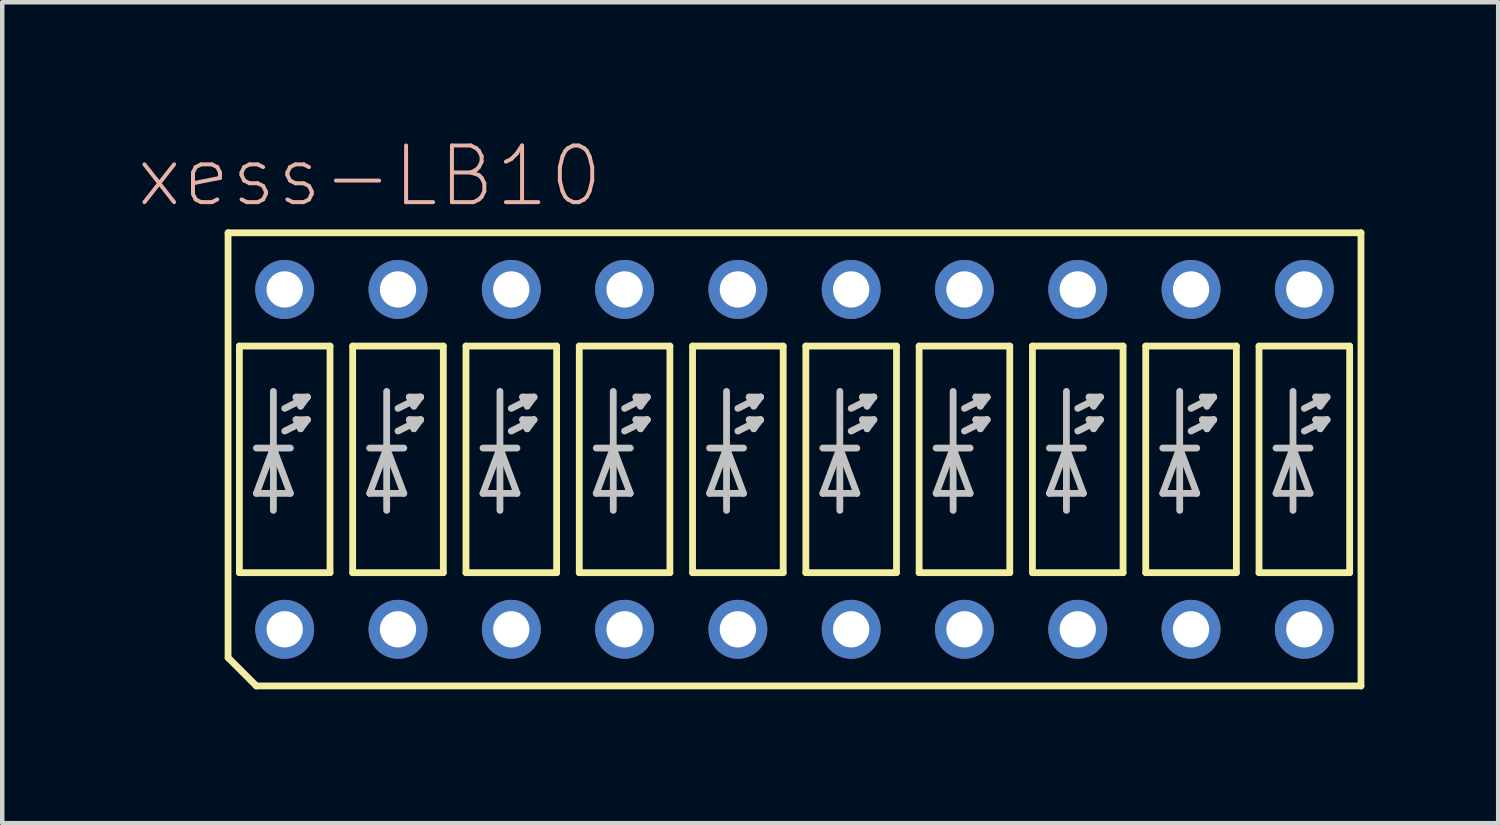
<source format=kicad_pcb>
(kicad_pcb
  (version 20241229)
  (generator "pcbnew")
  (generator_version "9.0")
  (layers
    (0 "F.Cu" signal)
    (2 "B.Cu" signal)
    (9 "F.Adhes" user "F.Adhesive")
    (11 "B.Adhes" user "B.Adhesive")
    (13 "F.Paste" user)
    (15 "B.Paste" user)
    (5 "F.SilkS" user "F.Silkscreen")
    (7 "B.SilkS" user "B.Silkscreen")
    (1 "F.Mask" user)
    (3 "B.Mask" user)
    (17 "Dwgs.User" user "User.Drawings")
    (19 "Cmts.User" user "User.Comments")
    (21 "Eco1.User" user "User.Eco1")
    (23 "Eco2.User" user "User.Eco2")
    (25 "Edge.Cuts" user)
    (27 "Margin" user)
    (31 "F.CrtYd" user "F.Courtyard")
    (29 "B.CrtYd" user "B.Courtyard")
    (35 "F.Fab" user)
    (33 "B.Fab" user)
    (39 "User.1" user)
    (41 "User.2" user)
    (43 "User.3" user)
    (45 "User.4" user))
  (footprint "xess-LB10"
    (layer "F.Cu")
    (at 14.763 7.249)
    (property "Reference" "xess-LB10" (at -9.525 -6.35 0) (layer "B.SilkS") (effects (font (size 1.27 1.27) (thickness 0.089))))
    (attr exclude_from_pos_files exclude_from_bom)
    (fp_line (start -12.7 -5.08) (end 12.7 -5.08) (stroke (width 0.152) (type solid)) (layer "F.SilkS"))
    (fp_line (start -12.7 4.445) (end -12.7 -5.08) (stroke (width 0.152) (type solid)) (layer "F.SilkS"))
    (fp_line (start -12.7 4.445) (end -12.065 5.08) (stroke (width 0.152) (type solid)) (layer "F.SilkS"))
    (fp_line (start -12.446 -2.54) (end -10.414 -2.54) (stroke (width 0.152) (type solid)) (layer "F.SilkS"))
    (fp_line (start -12.446 2.54) (end -12.446 -2.54) (stroke (width 0.152) (type solid)) (layer "F.SilkS"))
    (fp_line (start -12.065 5.08) (end 12.7 5.08) (stroke (width 0.152) (type solid)) (layer "F.SilkS"))
    (fp_line (start -10.414 -2.54) (end -10.414 2.54) (stroke (width 0.152) (type solid)) (layer "F.SilkS"))
    (fp_line (start -10.414 2.54) (end -12.446 2.54) (stroke (width 0.152) (type solid)) (layer "F.SilkS"))
    (fp_line (start -9.906 -2.54) (end -7.874 -2.54) (stroke (width 0.152) (type solid)) (layer "F.SilkS"))
    (fp_line (start -9.906 2.54) (end -9.906 -2.54) (stroke (width 0.152) (type solid)) (layer "F.SilkS"))
    (fp_line (start -7.874 -2.54) (end -7.874 2.54) (stroke (width 0.152) (type solid)) (layer "F.SilkS"))
    (fp_line (start -7.874 2.54) (end -9.906 2.54) (stroke (width 0.152) (type solid)) (layer "F.SilkS"))
    (fp_line (start -7.366 -2.54) (end -5.334 -2.54) (stroke (width 0.152) (type solid)) (layer "F.SilkS"))
    (fp_line (start -7.366 2.54) (end -7.366 -2.54) (stroke (width 0.152) (type solid)) (layer "F.SilkS"))
    (fp_line (start -5.334 -2.54) (end -5.334 2.54) (stroke (width 0.152) (type solid)) (layer "F.SilkS"))
    (fp_line (start -5.334 2.54) (end -7.366 2.54) (stroke (width 0.152) (type solid)) (layer "F.SilkS"))
    (fp_line (start -4.826 -2.54) (end -4.826 2.54) (stroke (width 0.152) (type solid)) (layer "F.SilkS"))
    (fp_line (start -4.826 2.54) (end -2.794 2.54) (stroke (width 0.152) (type solid)) (layer "F.SilkS"))
    (fp_line (start -2.794 -2.54) (end -4.826 -2.54) (stroke (width 0.152) (type solid)) (layer "F.SilkS"))
    (fp_line (start -2.794 2.54) (end -2.794 -2.54) (stroke (width 0.152) (type solid)) (layer "F.SilkS"))
    (fp_line (start -2.286 -2.54) (end -2.286 2.54) (stroke (width 0.152) (type solid)) (layer "F.SilkS"))
    (fp_line (start -2.286 2.54) (end -0.254 2.54) (stroke (width 0.152) (type solid)) (layer "F.SilkS"))
    (fp_line (start -0.254 -2.54) (end -2.286 -2.54) (stroke (width 0.152) (type solid)) (layer "F.SilkS"))
    (fp_line (start -0.254 2.54) (end -0.254 -2.54) (stroke (width 0.152) (type solid)) (layer "F.SilkS"))
    (fp_line (start 0.254 -2.54) (end 0.254 2.54) (stroke (width 0.152) (type solid)) (layer "F.SilkS"))
    (fp_line (start 0.254 2.54) (end 2.286 2.54) (stroke (width 0.152) (type solid)) (layer "F.SilkS"))
    (fp_line (start 2.286 -2.54) (end 0.254 -2.54) (stroke (width 0.152) (type solid)) (layer "F.SilkS"))
    (fp_line (start 2.286 2.54) (end 2.286 -2.54) (stroke (width 0.152) (type solid)) (layer "F.SilkS"))
    (fp_line (start 2.794 -2.54) (end 2.794 2.54) (stroke (width 0.152) (type solid)) (layer "F.SilkS"))
    (fp_line (start 2.794 2.54) (end 4.826 2.54) (stroke (width 0.152) (type solid)) (layer "F.SilkS"))
    (fp_line (start 4.826 -2.54) (end 2.794 -2.54) (stroke (width 0.152) (type solid)) (layer "F.SilkS"))
    (fp_line (start 4.826 2.54) (end 4.826 -2.54) (stroke (width 0.152) (type solid)) (layer "F.SilkS"))
    (fp_line (start 5.334 -2.54) (end 5.334 2.54) (stroke (width 0.152) (type solid)) (layer "F.SilkS"))
    (fp_line (start 5.334 2.54) (end 7.366 2.54) (stroke (width 0.152) (type solid)) (layer "F.SilkS"))
    (fp_line (start 7.366 -2.54) (end 5.334 -2.54) (stroke (width 0.152) (type solid)) (layer "F.SilkS"))
    (fp_line (start 7.366 2.54) (end 7.366 -2.54) (stroke (width 0.152) (type solid)) (layer "F.SilkS"))
    (fp_line (start 7.874 -2.54) (end 7.874 2.54) (stroke (width 0.152) (type solid)) (layer "F.SilkS"))
    (fp_line (start 7.874 2.54) (end 9.906 2.54) (stroke (width 0.152) (type solid)) (layer "F.SilkS"))
    (fp_line (start 9.906 -2.54) (end 7.874 -2.54) (stroke (width 0.152) (type solid)) (layer "F.SilkS"))
    (fp_line (start 9.906 2.54) (end 9.906 -2.54) (stroke (width 0.152) (type solid)) (layer "F.SilkS"))
    (fp_line (start 10.414 -2.54) (end 10.414 2.54) (stroke (width 0.152) (type solid)) (layer "F.SilkS"))
    (fp_line (start 10.414 2.54) (end 12.446 2.54) (stroke (width 0.152) (type solid)) (layer "F.SilkS"))
    (fp_line (start 12.446 -2.54) (end 10.414 -2.54) (stroke (width 0.152) (type solid)) (layer "F.SilkS"))
    (fp_line (start 12.446 2.54) (end 12.446 -2.54) (stroke (width 0.152) (type solid)) (layer "F.SilkS"))
    (fp_line (start 12.7 5.08) (end 12.7 -5.08) (stroke (width 0.152) (type solid)) (layer "F.SilkS"))
    (fp_line (start -12.065 -0.254) (end -11.684 -0.254) (stroke (width 0.152) (type solid)) (layer "Dwgs.User"))
    (fp_line (start -12.065 0.762) (end -11.684 -0.254) (stroke (width 0.152) (type solid)) (layer "Dwgs.User"))
    (fp_line (start -12.065 0.762) (end -11.303 0.762) (stroke (width 0.152) (type solid)) (layer "Dwgs.User"))
    (fp_line (start -11.684 -0.254) (end -11.684 -1.524) (stroke (width 0.152) (type solid)) (layer "Dwgs.User"))
    (fp_line (start -11.684 -0.254) (end -11.303 -0.254) (stroke (width 0.152) (type solid)) (layer "Dwgs.User"))
    (fp_line (start -11.684 -0.254) (end -11.303 0.762) (stroke (width 0.152) (type solid)) (layer "Dwgs.User"))
    (fp_line (start -11.684 1.143) (end -11.684 -0.254) (stroke (width 0.152) (type solid)) (layer "Dwgs.User"))
    (fp_line (start -11.43 -1.143) (end -10.922 -1.397) (stroke (width 0.152) (type solid)) (layer "Dwgs.User"))
    (fp_line (start -11.43 -0.635) (end -10.922 -0.889) (stroke (width 0.152) (type solid)) (layer "Dwgs.User"))
    (fp_line (start -11.074 -1.194) (end -11.176 -1.397) (stroke (width 0.152) (type solid)) (layer "Dwgs.User"))
    (fp_line (start -11.074 -0.686) (end -11.176 -0.889) (stroke (width 0.152) (type solid)) (layer "Dwgs.User"))
    (fp_line (start -10.922 -1.397) (end -11.176 -1.397) (stroke (width 0.152) (type solid)) (layer "Dwgs.User"))
    (fp_line (start -10.922 -1.397) (end -11.074 -1.194) (stroke (width 0.152) (type solid)) (layer "Dwgs.User"))
    (fp_line (start -10.922 -0.889) (end -11.176 -0.889) (stroke (width 0.152) (type solid)) (layer "Dwgs.User"))
    (fp_line (start -10.922 -0.889) (end -11.074 -0.686) (stroke (width 0.152) (type solid)) (layer "Dwgs.User"))
    (fp_line (start -9.525 -0.254) (end -9.144 -0.254) (stroke (width 0.152) (type solid)) (layer "Dwgs.User"))
    (fp_line (start -9.525 0.762) (end -9.144 -0.254) (stroke (width 0.152) (type solid)) (layer "Dwgs.User"))
    (fp_line (start -9.525 0.762) (end -8.76 0.762) (stroke (width 0.152) (type solid)) (layer "Dwgs.User"))
    (fp_line (start -9.144 -0.254) (end -9.144 -1.524) (stroke (width 0.152) (type solid)) (layer "Dwgs.User"))
    (fp_line (start -9.144 -0.254) (end -8.76 -0.254) (stroke (width 0.152) (type solid)) (layer "Dwgs.User"))
    (fp_line (start -9.144 -0.254) (end -8.76 0.762) (stroke (width 0.152) (type solid)) (layer "Dwgs.User"))
    (fp_line (start -9.144 1.143) (end -9.144 -0.254) (stroke (width 0.152) (type solid)) (layer "Dwgs.User"))
    (fp_line (start -8.89 -1.143) (end -8.382 -1.397) (stroke (width 0.152) (type solid)) (layer "Dwgs.User"))
    (fp_line (start -8.89 -0.635) (end -8.382 -0.889) (stroke (width 0.152) (type solid)) (layer "Dwgs.User"))
    (fp_line (start -8.534 -1.194) (end -8.636 -1.397) (stroke (width 0.152) (type solid)) (layer "Dwgs.User"))
    (fp_line (start -8.534 -0.686) (end -8.636 -0.889) (stroke (width 0.152) (type solid)) (layer "Dwgs.User"))
    (fp_line (start -8.382 -1.397) (end -8.636 -1.397) (stroke (width 0.152) (type solid)) (layer "Dwgs.User"))
    (fp_line (start -8.382 -1.397) (end -8.534 -1.194) (stroke (width 0.152) (type solid)) (layer "Dwgs.User"))
    (fp_line (start -8.382 -0.889) (end -8.636 -0.889) (stroke (width 0.152) (type solid)) (layer "Dwgs.User"))
    (fp_line (start -8.382 -0.889) (end -8.534 -0.686) (stroke (width 0.152) (type solid)) (layer "Dwgs.User"))
    (fp_line (start -6.985 -0.254) (end -6.604 -0.254) (stroke (width 0.152) (type solid)) (layer "Dwgs.User"))
    (fp_line (start -6.985 0.762) (end -6.604 -0.254) (stroke (width 0.152) (type solid)) (layer "Dwgs.User"))
    (fp_line (start -6.985 0.762) (end -6.223 0.762) (stroke (width 0.152) (type solid)) (layer "Dwgs.User"))
    (fp_line (start -6.604 -0.254) (end -6.604 -1.524) (stroke (width 0.152) (type solid)) (layer "Dwgs.User"))
    (fp_line (start -6.604 -0.254) (end -6.223 -0.254) (stroke (width 0.152) (type solid)) (layer "Dwgs.User"))
    (fp_line (start -6.604 -0.254) (end -6.223 0.762) (stroke (width 0.152) (type solid)) (layer "Dwgs.User"))
    (fp_line (start -6.604 1.143) (end -6.604 -0.254) (stroke (width 0.152) (type solid)) (layer "Dwgs.User"))
    (fp_line (start -6.35 -1.143) (end -5.842 -1.397) (stroke (width 0.152) (type solid)) (layer "Dwgs.User"))
    (fp_line (start -6.35 -0.635) (end -5.842 -0.889) (stroke (width 0.152) (type solid)) (layer "Dwgs.User"))
    (fp_line (start -5.994 -1.194) (end -6.096 -1.397) (stroke (width 0.152) (type solid)) (layer "Dwgs.User"))
    (fp_line (start -5.994 -0.686) (end -6.096 -0.889) (stroke (width 0.152) (type solid)) (layer "Dwgs.User"))
    (fp_line (start -5.842 -1.397) (end -6.096 -1.397) (stroke (width 0.152) (type solid)) (layer "Dwgs.User"))
    (fp_line (start -5.842 -1.397) (end -5.994 -1.194) (stroke (width 0.152) (type solid)) (layer "Dwgs.User"))
    (fp_line (start -5.842 -0.889) (end -6.096 -0.889) (stroke (width 0.152) (type solid)) (layer "Dwgs.User"))
    (fp_line (start -5.842 -0.889) (end -5.994 -0.686) (stroke (width 0.152) (type solid)) (layer "Dwgs.User"))
    (fp_line (start -4.445 -0.254) (end -4.064 -0.254) (stroke (width 0.152) (type solid)) (layer "Dwgs.User"))
    (fp_line (start -4.445 0.762) (end -4.064 -0.254) (stroke (width 0.152) (type solid)) (layer "Dwgs.User"))
    (fp_line (start -4.445 0.762) (end -3.683 0.762) (stroke (width 0.152) (type solid)) (layer "Dwgs.User"))
    (fp_line (start -4.064 -0.254) (end -4.064 -1.524) (stroke (width 0.152) (type solid)) (layer "Dwgs.User"))
    (fp_line (start -4.064 -0.254) (end -3.683 -0.254) (stroke (width 0.152) (type solid)) (layer "Dwgs.User"))
    (fp_line (start -4.064 -0.254) (end -3.683 0.762) (stroke (width 0.152) (type solid)) (layer "Dwgs.User"))
    (fp_line (start -4.064 1.143) (end -4.064 -0.254) (stroke (width 0.152) (type solid)) (layer "Dwgs.User"))
    (fp_line (start -3.81 -1.143) (end -3.302 -1.397) (stroke (width 0.152) (type solid)) (layer "Dwgs.User"))
    (fp_line (start -3.81 -0.635) (end -3.302 -0.889) (stroke (width 0.152) (type solid)) (layer "Dwgs.User"))
    (fp_line (start -3.454 -1.194) (end -3.556 -1.397) (stroke (width 0.152) (type solid)) (layer "Dwgs.User"))
    (fp_line (start -3.454 -0.686) (end -3.556 -0.889) (stroke (width 0.152) (type solid)) (layer "Dwgs.User"))
    (fp_line (start -3.302 -1.397) (end -3.556 -1.397) (stroke (width 0.152) (type solid)) (layer "Dwgs.User"))
    (fp_line (start -3.302 -1.397) (end -3.454 -1.194) (stroke (width 0.152) (type solid)) (layer "Dwgs.User"))
    (fp_line (start -3.302 -0.889) (end -3.556 -0.889) (stroke (width 0.152) (type solid)) (layer "Dwgs.User"))
    (fp_line (start -3.302 -0.889) (end -3.454 -0.686) (stroke (width 0.152) (type solid)) (layer "Dwgs.User"))
    (fp_line (start -1.905 -0.254) (end -1.524 -0.254) (stroke (width 0.152) (type solid)) (layer "Dwgs.User"))
    (fp_line (start -1.905 0.762) (end -1.524 -0.254) (stroke (width 0.152) (type solid)) (layer "Dwgs.User"))
    (fp_line (start -1.905 0.762) (end -1.143 0.762) (stroke (width 0.152) (type solid)) (layer "Dwgs.User"))
    (fp_line (start -1.524 -0.254) (end -1.524 -1.524) (stroke (width 0.152) (type solid)) (layer "Dwgs.User"))
    (fp_line (start -1.524 -0.254) (end -1.143 -0.254) (stroke (width 0.152) (type solid)) (layer "Dwgs.User"))
    (fp_line (start -1.524 -0.254) (end -1.143 0.762) (stroke (width 0.152) (type solid)) (layer "Dwgs.User"))
    (fp_line (start -1.524 1.143) (end -1.524 -0.254) (stroke (width 0.152) (type solid)) (layer "Dwgs.User"))
    (fp_line (start -1.27 -1.143) (end -0.762 -1.397) (stroke (width 0.152) (type solid)) (layer "Dwgs.User"))
    (fp_line (start -1.27 -0.635) (end -0.762 -0.889) (stroke (width 0.152) (type solid)) (layer "Dwgs.User"))
    (fp_line (start -0.914 -1.194) (end -1.016 -1.397) (stroke (width 0.152) (type solid)) (layer "Dwgs.User"))
    (fp_line (start -0.914 -0.686) (end -1.016 -0.889) (stroke (width 0.152) (type solid)) (layer "Dwgs.User"))
    (fp_line (start -0.762 -1.397) (end -1.016 -1.397) (stroke (width 0.152) (type solid)) (layer "Dwgs.User"))
    (fp_line (start -0.762 -1.397) (end -0.914 -1.194) (stroke (width 0.152) (type solid)) (layer "Dwgs.User"))
    (fp_line (start -0.762 -0.889) (end -1.016 -0.889) (stroke (width 0.152) (type solid)) (layer "Dwgs.User"))
    (fp_line (start -0.762 -0.889) (end -0.914 -0.686) (stroke (width 0.152) (type solid)) (layer "Dwgs.User"))
    (fp_line (start 0.635 -0.254) (end 1.016 -0.254) (stroke (width 0.152) (type solid)) (layer "Dwgs.User"))
    (fp_line (start 0.635 0.762) (end 1.016 -0.254) (stroke (width 0.152) (type solid)) (layer "Dwgs.User"))
    (fp_line (start 0.635 0.762) (end 1.397 0.762) (stroke (width 0.152) (type solid)) (layer "Dwgs.User"))
    (fp_line (start 1.016 -0.254) (end 1.016 -1.524) (stroke (width 0.152) (type solid)) (layer "Dwgs.User"))
    (fp_line (start 1.016 -0.254) (end 1.397 -0.254) (stroke (width 0.152) (type solid)) (layer "Dwgs.User"))
    (fp_line (start 1.016 -0.254) (end 1.397 0.762) (stroke (width 0.152) (type solid)) (layer "Dwgs.User"))
    (fp_line (start 1.016 1.143) (end 1.016 -0.254) (stroke (width 0.152) (type solid)) (layer "Dwgs.User"))
    (fp_line (start 1.27 -1.143) (end 1.778 -1.397) (stroke (width 0.152) (type solid)) (layer "Dwgs.User"))
    (fp_line (start 1.27 -0.635) (end 1.778 -0.889) (stroke (width 0.152) (type solid)) (layer "Dwgs.User"))
    (fp_line (start 1.626 -1.194) (end 1.524 -1.397) (stroke (width 0.152) (type solid)) (layer "Dwgs.User"))
    (fp_line (start 1.626 -0.686) (end 1.524 -0.889) (stroke (width 0.152) (type solid)) (layer "Dwgs.User"))
    (fp_line (start 1.778 -1.397) (end 1.524 -1.397) (stroke (width 0.152) (type solid)) (layer "Dwgs.User"))
    (fp_line (start 1.778 -1.397) (end 1.626 -1.194) (stroke (width 0.152) (type solid)) (layer "Dwgs.User"))
    (fp_line (start 1.778 -0.889) (end 1.524 -0.889) (stroke (width 0.152) (type solid)) (layer "Dwgs.User"))
    (fp_line (start 1.778 -0.889) (end 1.626 -0.686) (stroke (width 0.152) (type solid)) (layer "Dwgs.User"))
    (fp_line (start 3.175 -0.254) (end 3.556 -0.254) (stroke (width 0.152) (type solid)) (layer "Dwgs.User"))
    (fp_line (start 3.175 0.762) (end 3.556 -0.254) (stroke (width 0.152) (type solid)) (layer "Dwgs.User"))
    (fp_line (start 3.175 0.762) (end 3.937 0.762) (stroke (width 0.152) (type solid)) (layer "Dwgs.User"))
    (fp_line (start 3.556 -0.254) (end 3.556 -1.524) (stroke (width 0.152) (type solid)) (layer "Dwgs.User"))
    (fp_line (start 3.556 -0.254) (end 3.937 -0.254) (stroke (width 0.152) (type solid)) (layer "Dwgs.User"))
    (fp_line (start 3.556 -0.254) (end 3.937 0.762) (stroke (width 0.152) (type solid)) (layer "Dwgs.User"))
    (fp_line (start 3.556 1.143) (end 3.556 -0.254) (stroke (width 0.152) (type solid)) (layer "Dwgs.User"))
    (fp_line (start 3.81 -1.143) (end 4.318 -1.397) (stroke (width 0.152) (type solid)) (layer "Dwgs.User"))
    (fp_line (start 3.81 -0.635) (end 4.318 -0.889) (stroke (width 0.152) (type solid)) (layer "Dwgs.User"))
    (fp_line (start 4.166 -1.194) (end 4.064 -1.397) (stroke (width 0.152) (type solid)) (layer "Dwgs.User"))
    (fp_line (start 4.166 -0.686) (end 4.064 -0.889) (stroke (width 0.152) (type solid)) (layer "Dwgs.User"))
    (fp_line (start 4.318 -1.397) (end 4.064 -1.397) (stroke (width 0.152) (type solid)) (layer "Dwgs.User"))
    (fp_line (start 4.318 -1.397) (end 4.166 -1.194) (stroke (width 0.152) (type solid)) (layer "Dwgs.User"))
    (fp_line (start 4.318 -0.889) (end 4.064 -0.889) (stroke (width 0.152) (type solid)) (layer "Dwgs.User"))
    (fp_line (start 4.318 -0.889) (end 4.166 -0.686) (stroke (width 0.152) (type solid)) (layer "Dwgs.User"))
    (fp_line (start 5.715 -0.254) (end 6.096 -0.254) (stroke (width 0.152) (type solid)) (layer "Dwgs.User"))
    (fp_line (start 5.715 0.762) (end 6.096 -0.254) (stroke (width 0.152) (type solid)) (layer "Dwgs.User"))
    (fp_line (start 5.715 0.762) (end 6.477 0.762) (stroke (width 0.152) (type solid)) (layer "Dwgs.User"))
    (fp_line (start 6.096 -0.254) (end 6.096 -1.524) (stroke (width 0.152) (type solid)) (layer "Dwgs.User"))
    (fp_line (start 6.096 -0.254) (end 6.477 -0.254) (stroke (width 0.152) (type solid)) (layer "Dwgs.User"))
    (fp_line (start 6.096 -0.254) (end 6.477 0.762) (stroke (width 0.152) (type solid)) (layer "Dwgs.User"))
    (fp_line (start 6.096 1.143) (end 6.096 -0.254) (stroke (width 0.152) (type solid)) (layer "Dwgs.User"))
    (fp_line (start 6.35 -1.143) (end 6.858 -1.397) (stroke (width 0.152) (type solid)) (layer "Dwgs.User"))
    (fp_line (start 6.35 -0.635) (end 6.858 -0.889) (stroke (width 0.152) (type solid)) (layer "Dwgs.User"))
    (fp_line (start 6.706 -1.194) (end 6.604 -1.397) (stroke (width 0.152) (type solid)) (layer "Dwgs.User"))
    (fp_line (start 6.706 -0.686) (end 6.604 -0.889) (stroke (width 0.152) (type solid)) (layer "Dwgs.User"))
    (fp_line (start 6.858 -1.397) (end 6.604 -1.397) (stroke (width 0.152) (type solid)) (layer "Dwgs.User"))
    (fp_line (start 6.858 -1.397) (end 6.706 -1.194) (stroke (width 0.152) (type solid)) (layer "Dwgs.User"))
    (fp_line (start 6.858 -0.889) (end 6.604 -0.889) (stroke (width 0.152) (type solid)) (layer "Dwgs.User"))
    (fp_line (start 6.858 -0.889) (end 6.706 -0.686) (stroke (width 0.152) (type solid)) (layer "Dwgs.User"))
    (fp_line (start 8.255 -0.254) (end 8.636 -0.254) (stroke (width 0.152) (type solid)) (layer "Dwgs.User"))
    (fp_line (start 8.255 0.762) (end 8.636 -0.254) (stroke (width 0.152) (type solid)) (layer "Dwgs.User"))
    (fp_line (start 8.255 0.762) (end 9.017 0.762) (stroke (width 0.152) (type solid)) (layer "Dwgs.User"))
    (fp_line (start 8.636 -0.254) (end 8.636 -1.524) (stroke (width 0.152) (type solid)) (layer "Dwgs.User"))
    (fp_line (start 8.636 -0.254) (end 9.017 -0.254) (stroke (width 0.152) (type solid)) (layer "Dwgs.User"))
    (fp_line (start 8.636 -0.254) (end 9.017 0.762) (stroke (width 0.152) (type solid)) (layer "Dwgs.User"))
    (fp_line (start 8.636 1.143) (end 8.636 -0.254) (stroke (width 0.152) (type solid)) (layer "Dwgs.User"))
    (fp_line (start 8.89 -1.143) (end 9.398 -1.397) (stroke (width 0.152) (type solid)) (layer "Dwgs.User"))
    (fp_line (start 8.89 -0.635) (end 9.398 -0.889) (stroke (width 0.152) (type solid)) (layer "Dwgs.User"))
    (fp_line (start 9.246 -1.194) (end 9.144 -1.397) (stroke (width 0.152) (type solid)) (layer "Dwgs.User"))
    (fp_line (start 9.246 -0.686) (end 9.144 -0.889) (stroke (width 0.152) (type solid)) (layer "Dwgs.User"))
    (fp_line (start 9.398 -1.397) (end 9.144 -1.397) (stroke (width 0.152) (type solid)) (layer "Dwgs.User"))
    (fp_line (start 9.398 -1.397) (end 9.246 -1.194) (stroke (width 0.152) (type solid)) (layer "Dwgs.User"))
    (fp_line (start 9.398 -0.889) (end 9.144 -0.889) (stroke (width 0.152) (type solid)) (layer "Dwgs.User"))
    (fp_line (start 9.398 -0.889) (end 9.246 -0.686) (stroke (width 0.152) (type solid)) (layer "Dwgs.User"))
    (fp_line (start 10.795 -0.254) (end 11.176 -0.254) (stroke (width 0.152) (type solid)) (layer "Dwgs.User"))
    (fp_line (start 10.795 0.762) (end 11.176 -0.254) (stroke (width 0.152) (type solid)) (layer "Dwgs.User"))
    (fp_line (start 10.795 0.762) (end 11.557 0.762) (stroke (width 0.152) (type solid)) (layer "Dwgs.User"))
    (fp_line (start 11.176 -0.254) (end 11.176 -1.524) (stroke (width 0.152) (type solid)) (layer "Dwgs.User"))
    (fp_line (start 11.176 -0.254) (end 11.557 -0.254) (stroke (width 0.152) (type solid)) (layer "Dwgs.User"))
    (fp_line (start 11.176 -0.254) (end 11.557 0.762) (stroke (width 0.152) (type solid)) (layer "Dwgs.User"))
    (fp_line (start 11.176 1.143) (end 11.176 -0.254) (stroke (width 0.152) (type solid)) (layer "Dwgs.User"))
    (fp_line (start 11.43 -1.143) (end 11.938 -1.397) (stroke (width 0.152) (type solid)) (layer "Dwgs.User"))
    (fp_line (start 11.43 -0.635) (end 11.938 -0.889) (stroke (width 0.152) (type solid)) (layer "Dwgs.User"))
    (fp_line (start 11.786 -1.194) (end 11.684 -1.397) (stroke (width 0.152) (type solid)) (layer "Dwgs.User"))
    (fp_line (start 11.786 -0.686) (end 11.684 -0.889) (stroke (width 0.152) (type solid)) (layer "Dwgs.User"))
    (fp_line (start 11.938 -1.397) (end 11.684 -1.397) (stroke (width 0.152) (type solid)) (layer "Dwgs.User"))
    (fp_line (start 11.938 -1.397) (end 11.786 -1.194) (stroke (width 0.152) (type solid)) (layer "Dwgs.User"))
    (fp_line (start 11.938 -0.889) (end 11.684 -0.889) (stroke (width 0.152) (type solid)) (layer "Dwgs.User"))
    (fp_line (start 11.938 -0.889) (end 11.786 -0.686) (stroke (width 0.152) (type solid)) (layer "Dwgs.User"))
    (pad "1" thru_hole circle (at -11.43 3.81) (size 1.321 1.321) (drill 0.813) (layers "*.Cu" "*.Mask"))
    (pad "2" thru_hole circle (at -8.89 3.81) (size 1.321 1.321) (drill 0.813) (layers "*.Cu" "*.Mask"))
    (pad "3" thru_hole circle (at -6.35 3.81) (size 1.321 1.321) (drill 0.813) (layers "*.Cu" "*.Mask"))
    (pad "4" thru_hole circle (at -3.81 3.81) (size 1.321 1.321) (drill 0.813) (layers "*.Cu" "*.Mask"))
    (pad "5" thru_hole circle (at -1.27 3.81) (size 1.321 1.321) (drill 0.813) (layers "*.Cu" "*.Mask"))
    (pad "6" thru_hole circle (at 1.27 3.81) (size 1.321 1.321) (drill 0.813) (layers "*.Cu" "*.Mask"))
    (pad "7" thru_hole circle (at 3.81 3.81) (size 1.321 1.321) (drill 0.813) (layers "*.Cu" "*.Mask"))
    (pad "8" thru_hole circle (at 6.35 3.81) (size 1.321 1.321) (drill 0.813) (layers "*.Cu" "*.Mask"))
    (pad "9" thru_hole circle (at 8.89 3.81) (size 1.321 1.321) (drill 0.813) (layers "*.Cu" "*.Mask"))
    (pad "10" thru_hole circle (at 11.43 3.81) (size 1.321 1.321) (drill 0.813) (layers "*.Cu" "*.Mask"))
    (pad "11" thru_hole circle (at 11.43 -3.81) (size 1.321 1.321) (drill 0.813) (layers "*.Cu" "*.Mask"))
    (pad "12" thru_hole circle (at 8.89 -3.81) (size 1.321 1.321) (drill 0.813) (layers "*.Cu" "*.Mask"))
    (pad "13" thru_hole circle (at 6.35 -3.81) (size 1.321 1.321) (drill 0.813) (layers "*.Cu" "*.Mask"))
    (pad "14" thru_hole circle (at 3.81 -3.81) (size 1.321 1.321) (drill 0.813) (layers "*.Cu" "*.Mask"))
    (pad "15" thru_hole circle (at 1.27 -3.81) (size 1.321 1.321) (drill 0.813) (layers "*.Cu" "*.Mask"))
    (pad "16" thru_hole circle (at -1.27 -3.81) (size 1.321 1.321) (drill 0.813) (layers "*.Cu" "*.Mask"))
    (pad "17" thru_hole circle (at -3.81 -3.81) (size 1.321 1.321) (drill 0.813) (layers "*.Cu" "*.Mask"))
    (pad "18" thru_hole circle (at -6.35 -3.81) (size 1.321 1.321) (drill 0.813) (layers "*.Cu" "*.Mask"))
    (pad "19" thru_hole circle (at -8.89 -3.81) (size 1.321 1.321) (drill 0.813) (layers "*.Cu" "*.Mask"))
    (pad "20" thru_hole circle (at -11.43 -3.81) (size 1.321 1.321) (drill 0.813) (layers "*.Cu" "*.Mask")))
  (gr_rect
    (start -3 -3)
    (end 30.539 15.405)
    (stroke (width 0.1) (type default))
    (fill no)
    (layer "Edge.Cuts")))
</source>
